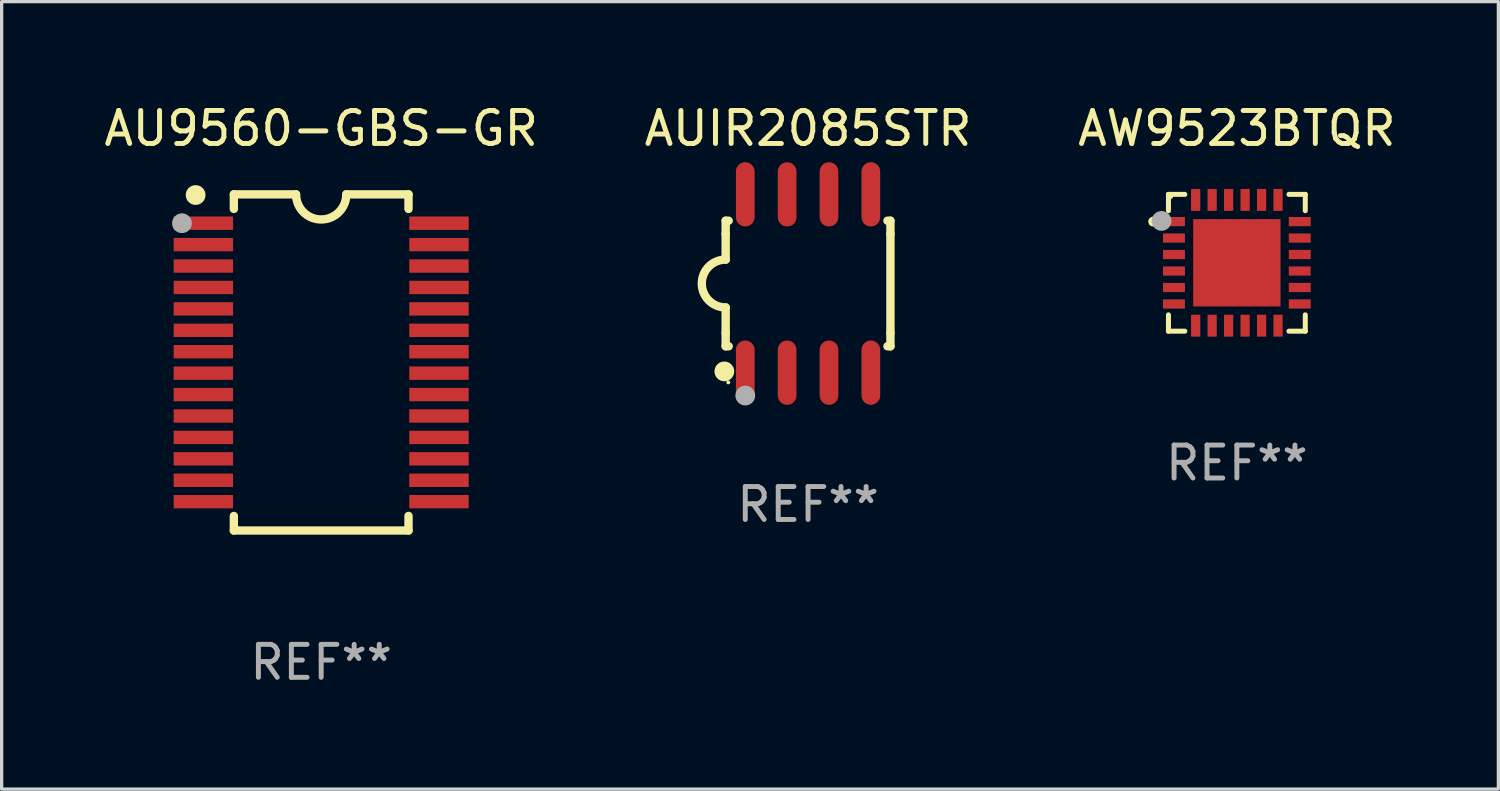
<source format=kicad_pcb>
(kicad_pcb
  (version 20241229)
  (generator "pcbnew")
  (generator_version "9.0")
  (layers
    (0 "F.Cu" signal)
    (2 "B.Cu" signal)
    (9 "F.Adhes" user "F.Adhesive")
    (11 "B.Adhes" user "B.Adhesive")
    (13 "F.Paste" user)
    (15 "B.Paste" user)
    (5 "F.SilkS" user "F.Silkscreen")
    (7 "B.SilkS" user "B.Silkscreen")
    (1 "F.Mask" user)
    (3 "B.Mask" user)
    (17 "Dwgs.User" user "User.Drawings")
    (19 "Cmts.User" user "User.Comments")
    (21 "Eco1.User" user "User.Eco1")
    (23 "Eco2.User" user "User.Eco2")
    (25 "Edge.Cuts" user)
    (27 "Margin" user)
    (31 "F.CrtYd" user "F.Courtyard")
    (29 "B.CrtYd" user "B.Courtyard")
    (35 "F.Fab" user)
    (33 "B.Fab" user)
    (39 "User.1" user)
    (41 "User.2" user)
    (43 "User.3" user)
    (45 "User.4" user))
  (footprint "AW9523BTQR"
    (layer "F.Cu")
    (at 34.482 4.924)
    (property "Reference" "AW9523BTQR" (at 0 -4.076 0) (layer "F.SilkS") (effects (font (size 1 1) (thickness 0.15))))
    (attr through_hole)
    (fp_line (start -2.076 -2.076) (end -2.076 -1.58) (stroke (width 0.152) (type solid)) (layer "F.SilkS"))
    (fp_line (start -2.076 2.076) (end -2.076 1.58) (stroke (width 0.152) (type solid)) (layer "F.SilkS"))
    (fp_line (start -1.58 -2.076) (end -2.076 -2.076) (stroke (width 0.152) (type solid)) (layer "F.SilkS"))
    (fp_line (start -1.58 2.076) (end -2.076 2.076) (stroke (width 0.152) (type solid)) (layer "F.SilkS"))
    (fp_line (start 1.58 -2.076) (end 2.076 -2.076) (stroke (width 0.152) (type solid)) (layer "F.SilkS"))
    (fp_line (start 1.58 2.076) (end 2.076 2.076) (stroke (width 0.152) (type solid)) (layer "F.SilkS"))
    (fp_line (start 2.076 -2.076) (end 2.076 -1.58) (stroke (width 0.152) (type solid)) (layer "F.SilkS"))
    (fp_line (start 2.076 2.076) (end 2.076 1.58) (stroke (width 0.152) (type solid)) (layer "F.SilkS"))
    (fp_circle (center -2.54 -1.25) (end -2.465 -1.25) (stroke (width 0.15) (type solid)) (fill no) (layer "F.SilkS"))
    (fp_circle (center -2 -2) (end -1.97 -2) (stroke (width 0.06) (type solid)) (fill no) (layer "F.SilkS"))
    (fp_circle (center -2.286 -1.27) (end -2.136 -1.27) (stroke (width 0.3) (type solid)) (fill no) (layer "F.Fab"))
    (fp_text user "REF**" (at 0 6.076 0) (layer "F.Fab") (effects (font (size 1 1) (thickness 0.15))))
    (pad "1" smd rect (at -1.908 -1.25) (size 0.665 0.28) (layers "F.Cu" "F.Mask" "F.Paste"))
    (pad "2" smd rect (at -1.908 -0.75) (size 0.665 0.28) (layers "F.Cu" "F.Mask" "F.Paste"))
    (pad "3" smd rect (at -1.908 -0.25) (size 0.665 0.28) (layers "F.Cu" "F.Mask" "F.Paste"))
    (pad "4" smd rect (at -1.908 0.25) (size 0.665 0.28) (layers "F.Cu" "F.Mask" "F.Paste"))
    (pad "5" smd rect (at -1.908 0.75) (size 0.665 0.28) (layers "F.Cu" "F.Mask" "F.Paste"))
    (pad "6" smd rect (at -1.908 1.25) (size 0.665 0.28) (layers "F.Cu" "F.Mask" "F.Paste"))
    (pad "7" smd rect (at -1.25 1.908) (size 0.28 0.665) (layers "F.Cu" "F.Mask" "F.Paste"))
    (pad "8" smd rect (at -0.75 1.908) (size 0.28 0.665) (layers "F.Cu" "F.Mask" "F.Paste"))
    (pad "9" smd rect (at -0.25 1.908) (size 0.28 0.665) (layers "F.Cu" "F.Mask" "F.Paste"))
    (pad "10" smd rect (at 0.25 1.908) (size 0.28 0.665) (layers "F.Cu" "F.Mask" "F.Paste"))
    (pad "11" smd rect (at 0.75 1.908) (size 0.28 0.665) (layers "F.Cu" "F.Mask" "F.Paste"))
    (pad "12" smd rect (at 1.25 1.908) (size 0.28 0.665) (layers "F.Cu" "F.Mask" "F.Paste"))
    (pad "13" smd rect (at 1.908 1.25) (size 0.665 0.28) (layers "F.Cu" "F.Mask" "F.Paste"))
    (pad "14" smd rect (at 1.908 0.75) (size 0.665 0.28) (layers "F.Cu" "F.Mask" "F.Paste"))
    (pad "15" smd rect (at 1.908 0.25) (size 0.665 0.28) (layers "F.Cu" "F.Mask" "F.Paste"))
    (pad "16" smd rect (at 1.908 -0.25) (size 0.665 0.28) (layers "F.Cu" "F.Mask" "F.Paste"))
    (pad "17" smd rect (at 1.908 -0.75) (size 0.665 0.28) (layers "F.Cu" "F.Mask" "F.Paste"))
    (pad "18" smd rect (at 1.908 -1.25) (size 0.665 0.28) (layers "F.Cu" "F.Mask" "F.Paste"))
    (pad "19" smd rect (at 1.25 -1.908) (size 0.28 0.665) (layers "F.Cu" "F.Mask" "F.Paste"))
    (pad "20" smd rect (at 0.75 -1.908) (size 0.28 0.665) (layers "F.Cu" "F.Mask" "F.Paste"))
    (pad "21" smd rect (at 0.25 -1.908) (size 0.28 0.665) (layers "F.Cu" "F.Mask" "F.Paste"))
    (pad "22" smd rect (at -0.25 -1.908) (size 0.28 0.665) (layers "F.Cu" "F.Mask" "F.Paste"))
    (pad "23" smd rect (at -0.75 -1.908) (size 0.28 0.665) (layers "F.Cu" "F.Mask" "F.Paste"))
    (pad "24" smd rect (at -1.25 -1.908) (size 0.28 0.665) (layers "F.Cu" "F.Mask" "F.Paste"))
    (pad "25" smd rect (at 0 0) (size 2.65 2.65) (layers "F.Cu" "F.Mask" "F.Paste")))
  (footprint "AU9560-GBS-GR"
    (layer "F.Cu")
    (at 6.696 7.948)
    (property "Reference" "AU9560-GBS-GR" (at 0 -7.1 0) (layer "F.SilkS") (effects (font (size 1 1) (thickness 0.15))))
    (attr through_hole)
    (fp_line (start -2.65 -5.1) (end -0.762 -5.1) (stroke (width 0.254) (type solid)) (layer "F.SilkS"))
    (fp_line (start -2.65 -4.658) (end -2.65 -5.1) (stroke (width 0.254) (type solid)) (layer "F.SilkS"))
    (fp_line (start -2.65 5.1) (end -2.65 4.658) (stroke (width 0.254) (type solid)) (layer "F.SilkS"))
    (fp_line (start -2.65 5.1) (end 2.65 5.1) (stroke (width 0.254) (type solid)) (layer "F.SilkS"))
    (fp_line (start 2.65 -5.1) (end 0.762 -5.1) (stroke (width 0.254) (type solid)) (layer "F.SilkS"))
    (fp_line (start 2.65 -5.1) (end 2.65 -4.658) (stroke (width 0.254) (type solid)) (layer "F.SilkS"))
    (fp_line (start 2.65 4.658) (end 2.65 5.1) (stroke (width 0.254) (type solid)) (layer "F.SilkS"))
    (fp_arc (start 0.761925 -5.1) (mid -0.000241 -4.338329) (end -0.762077 -5.10033) (stroke (width 0.254001) (type solid)) (layer "F.SilkS"))
    (fp_circle (center -3.858 -5.07) (end -3.828 -5.07) (stroke (width 0.06) (type solid)) (fill no) (layer "F.SilkS"))
    (fp_circle (center -3.81 -5.08) (end -3.66 -5.08) (stroke (width 0.3) (type solid)) (fill no) (layer "F.SilkS"))
    (fp_circle (center -4.225 -4.225) (end -4.075 -4.225) (stroke (width 0.3) (type solid)) (fill no) (layer "F.Fab"))
    (fp_text user "REF**" (at 0 9.1 0) (layer "F.Fab") (effects (font (size 1 1) (thickness 0.15))))
    (pad "1" smd rect (at -3.575 -4.225) (size 1.803 0.406) (layers "F.Cu" "F.Mask" "F.Paste"))
    (pad "2" smd rect (at -3.575 -3.575) (size 1.803 0.406) (layers "F.Cu" "F.Mask" "F.Paste"))
    (pad "3" smd rect (at -3.575 -2.925) (size 1.803 0.406) (layers "F.Cu" "F.Mask" "F.Paste"))
    (pad "4" smd rect (at -3.575 -2.275) (size 1.803 0.406) (layers "F.Cu" "F.Mask" "F.Paste"))
    (pad "5" smd rect (at -3.575 -1.625) (size 1.803 0.406) (layers "F.Cu" "F.Mask" "F.Paste"))
    (pad "6" smd rect (at -3.575 -0.975) (size 1.803 0.406) (layers "F.Cu" "F.Mask" "F.Paste"))
    (pad "7" smd rect (at -3.575 -0.325) (size 1.803 0.406) (layers "F.Cu" "F.Mask" "F.Paste"))
    (pad "8" smd rect (at -3.575 0.325) (size 1.803 0.406) (layers "F.Cu" "F.Mask" "F.Paste"))
    (pad "9" smd rect (at -3.575 0.975) (size 1.803 0.406) (layers "F.Cu" "F.Mask" "F.Paste"))
    (pad "10" smd rect (at -3.575 1.625) (size 1.803 0.406) (layers "F.Cu" "F.Mask" "F.Paste"))
    (pad "11" smd rect (at -3.575 2.275) (size 1.803 0.406) (layers "F.Cu" "F.Mask" "F.Paste"))
    (pad "12" smd rect (at -3.575 2.925) (size 1.803 0.406) (layers "F.Cu" "F.Mask" "F.Paste"))
    (pad "13" smd rect (at -3.575 3.575) (size 1.803 0.406) (layers "F.Cu" "F.Mask" "F.Paste"))
    (pad "14" smd rect (at -3.575 4.225) (size 1.803 0.406) (layers "F.Cu" "F.Mask" "F.Paste"))
    (pad "15" smd rect (at 3.575 4.225) (size 1.803 0.406) (layers "F.Cu" "F.Mask" "F.Paste"))
    (pad "16" smd rect (at 3.575 3.575) (size 1.803 0.406) (layers "F.Cu" "F.Mask" "F.Paste"))
    (pad "17" smd rect (at 3.575 2.925) (size 1.803 0.406) (layers "F.Cu" "F.Mask" "F.Paste"))
    (pad "18" smd rect (at 3.575 2.275) (size 1.803 0.406) (layers "F.Cu" "F.Mask" "F.Paste"))
    (pad "19" smd rect (at 3.575 1.625) (size 1.803 0.406) (layers "F.Cu" "F.Mask" "F.Paste"))
    (pad "20" smd rect (at 3.575 0.975) (size 1.803 0.406) (layers "F.Cu" "F.Mask" "F.Paste"))
    (pad "21" smd rect (at 3.575 0.325) (size 1.803 0.406) (layers "F.Cu" "F.Mask" "F.Paste"))
    (pad "22" smd rect (at 3.575 -0.325) (size 1.803 0.406) (layers "F.Cu" "F.Mask" "F.Paste"))
    (pad "23" smd rect (at 3.575 -0.975) (size 1.803 0.406) (layers "F.Cu" "F.Mask" "F.Paste"))
    (pad "24" smd rect (at 3.575 -1.625) (size 1.803 0.406) (layers "F.Cu" "F.Mask" "F.Paste"))
    (pad "25" smd rect (at 3.575 -2.275) (size 1.803 0.406) (layers "F.Cu" "F.Mask" "F.Paste"))
    (pad "26" smd rect (at 3.575 -2.925) (size 1.803 0.406) (layers "F.Cu" "F.Mask" "F.Paste"))
    (pad "27" smd rect (at 3.575 -3.575) (size 1.803 0.406) (layers "F.Cu" "F.Mask" "F.Paste"))
    (pad "28" smd rect (at 3.575 -4.225) (size 1.803 0.406) (layers "F.Cu" "F.Mask" "F.Paste")))
  (footprint "AUIR2085STR"
    (layer "F.Cu")
    (at 21.47 5.553)
    (property "Reference" "AUIR2085STR" (at 0 -4.705 0) (layer "F.SilkS") (effects (font (size 1 1) (thickness 0.15))))
    (attr through_hole)
    (fp_line (start -2.5 -1.905) (end -2.409 -1.905) (stroke (width 0.254) (type solid)) (layer "F.SilkS"))
    (fp_line (start -2.5 -1.5) (end -2.5 -1.905) (stroke (width 0.254) (type solid)) (layer "F.SilkS"))
    (fp_line (start -2.5 -1.5) (end -2.5 -0.726) (stroke (width 0.254) (type solid)) (layer "F.SilkS"))
    (fp_line (start -2.5 1.5) (end -2.5 0.727) (stroke (width 0.254) (type solid)) (layer "F.SilkS"))
    (fp_line (start -2.5 1.5) (end -2.5 1.905) (stroke (width 0.254) (type solid)) (layer "F.SilkS"))
    (fp_line (start -2.5 1.905) (end -2.409 1.905) (stroke (width 0.254) (type solid)) (layer "F.SilkS"))
    (fp_line (start 2.5 -1.905) (end 2.409 -1.905) (stroke (width 0.254) (type solid)) (layer "F.SilkS"))
    (fp_line (start 2.5 -1.5) (end 2.5 -1.905) (stroke (width 0.254) (type solid)) (layer "F.SilkS"))
    (fp_line (start 2.5 -1.5) (end 2.5 1.5) (stroke (width 0.254) (type solid)) (layer "F.SilkS"))
    (fp_line (start 2.5 1.5) (end 2.5 1.905) (stroke (width 0.254) (type solid)) (layer "F.SilkS"))
    (fp_line (start 2.5 1.905) (end 2.409 1.905) (stroke (width 0.254) (type solid)) (layer "F.SilkS"))
    (fp_arc (start -2.5 0.726568) (mid -3.220316 -0.0023) (end -2.495097 -0.726289) (stroke (width 0.254001) (type solid)) (layer "F.SilkS"))
    (fp_circle (center -2.54 2.667) (end -2.39 2.667) (stroke (width 0.3) (type solid)) (fill no) (layer "F.SilkS"))
    (fp_circle (center -2.42 3) (end -2.39 3) (stroke (width 0.06) (type solid)) (fill no) (layer "F.SilkS"))
    (fp_circle (center -1.905 3.4) (end -1.755 3.4) (stroke (width 0.3) (type solid)) (fill no) (layer "F.Fab"))
    (fp_text user "REF**" (at 0 6.705 0) (layer "F.Fab") (effects (font (size 1 1) (thickness 0.15))))
    (pad "1" smd oval (at -1.905 2.705) (size 0.568 1.95) (layers "F.Cu" "F.Mask" "F.Paste"))
    (pad "2" smd oval (at -0.635 2.705) (size 0.568 1.95) (layers "F.Cu" "F.Mask" "F.Paste"))
    (pad "3" smd oval (at 0.635 2.705) (size 0.568 1.95) (layers "F.Cu" "F.Mask" "F.Paste"))
    (pad "4" smd oval (at 1.905 2.705) (size 0.568 1.95) (layers "F.Cu" "F.Mask" "F.Paste"))
    (pad "5" smd oval (at 1.905 -2.705) (size 0.568 1.95) (layers "F.Cu" "F.Mask" "F.Paste"))
    (pad "6" smd oval (at 0.635 -2.705) (size 0.568 1.95) (layers "F.Cu" "F.Mask" "F.Paste"))
    (pad "7" smd oval (at -0.635 -2.705) (size 0.568 1.95) (layers "F.Cu" "F.Mask" "F.Paste"))
    (pad "8" smd oval (at -1.905 -2.705) (size 0.568 1.95) (layers "F.Cu" "F.Mask" "F.Paste")))
  (gr_rect
    (start -3 -3)
    (end 42.417 20.896)
    (stroke (width 0.1) (type default))
    (fill no)
    (layer "Edge.Cuts")))
</source>
